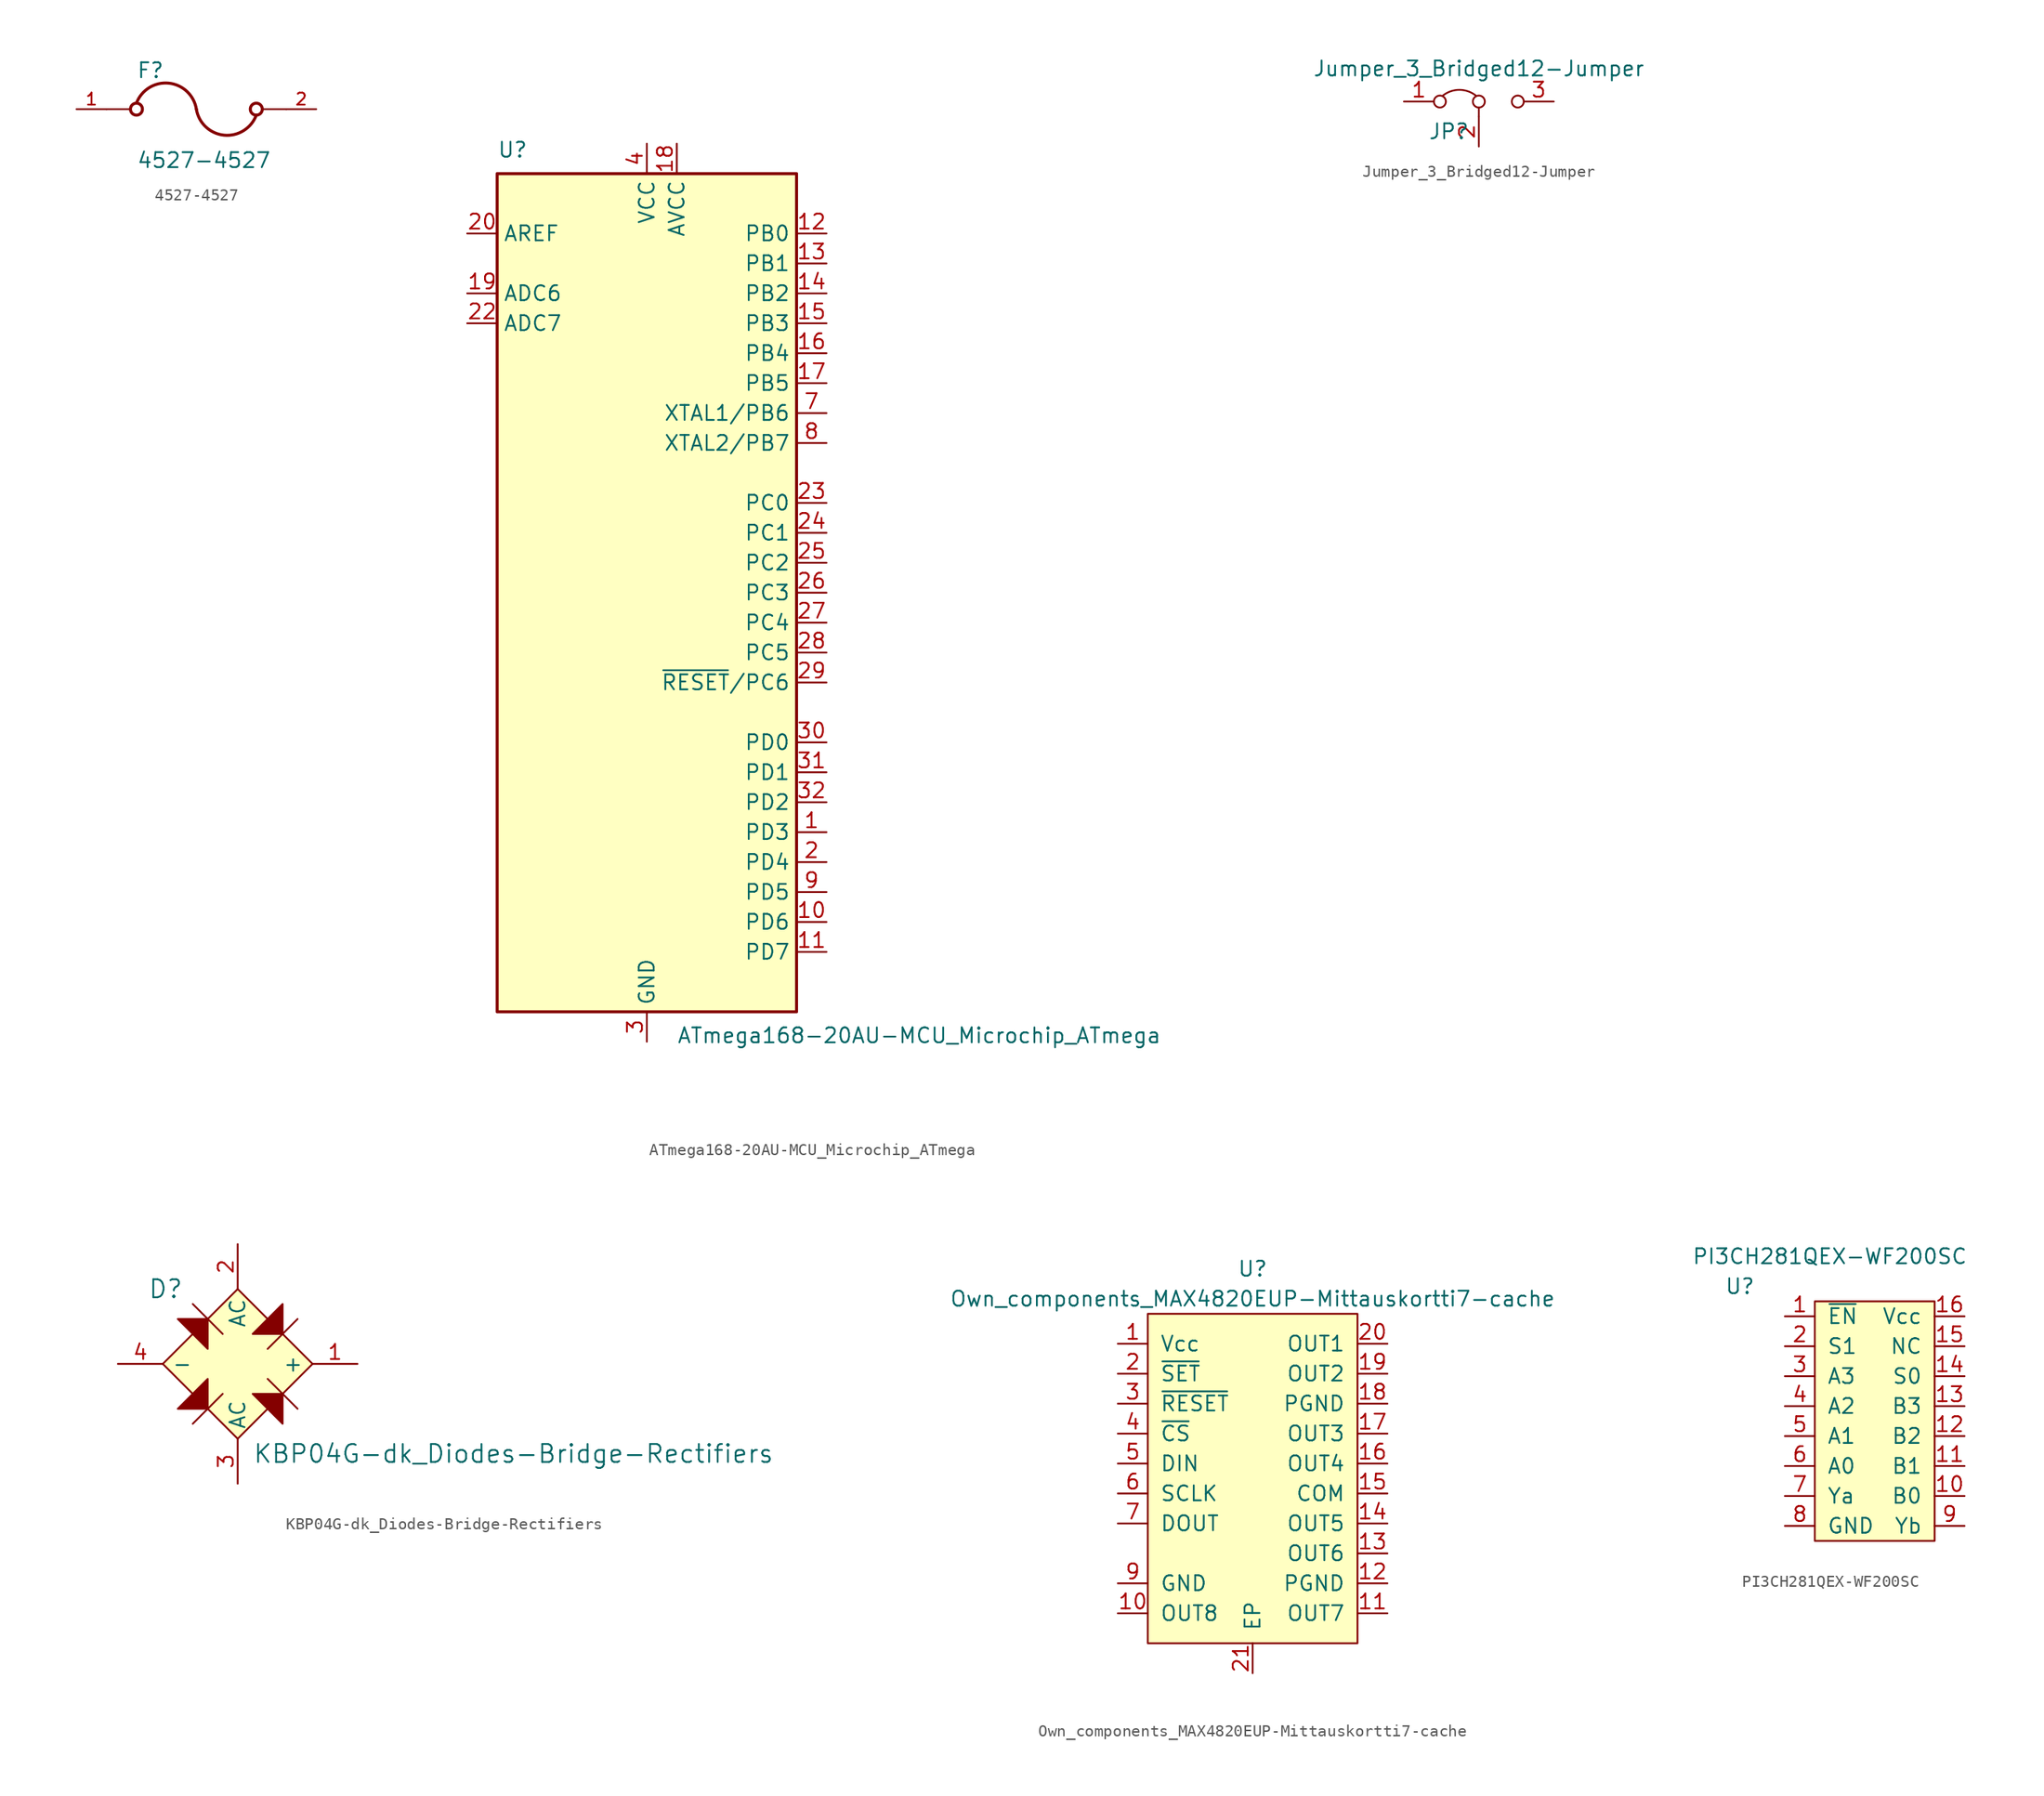
<source format=kicad_sym>
(kicad_symbol_lib
  (version 20220914)
  (generator kicad_symbol_editor)
  (symbol "4527-4527"
    (pin_names
      (offset 1.016) hide)
    (property "Reference" "F"
      (at -5.08 2.54 0)
      (effects (font (size 1.27 1.27)) (justify left bottom)))
    (property "Value" "4527-4527"
      (at -5.08 -5.08 0)
      (effects (font (size 1.27 1.27)) (justify left bottom)))
    (property "ki_locked" ""
      (at 0 0 0)
      (effects (font (size 1.27 1.27))))
    (symbol "4527-4527_0_0"
      (circle (center -5.08 0) (radius 0.508) (stroke (width 0.254) (type solid)) (fill (type none)))
      (arc (start 0 0) (mid -2.3504 2.2064) (end -5.08 0.508) (stroke (width 0.254) (type solid)) (fill (type none)))
      (polyline (pts (xy -7.62 0) (xy -5.588 0)) (stroke (width 0.152) (type solid)) (fill (type none)))
      (polyline (pts (xy 5.588 0) (xy 7.62 0)) (stroke (width 0.152) (type solid)) (fill (type none)))
      (arc (start 0 0) (mid 2.3504 -2.2064) (end 5.08 -0.508) (stroke (width 0.254) (type solid)) (fill (type none)))
      (circle (center 5.08 0) (radius 0.508) (stroke (width 0.254) (type solid)) (fill (type none)))
      (pin passive line (at -10.16 0 0) (length 2.54) (name "~" (effects (font (size 1.016 1.016)))) (number "1" (effects (font (size 1.016 1.016)))))
      (pin passive line (at 10.16 0 180) (length 2.54) (name "~" (effects (font (size 1.016 1.016)))) (number "2" (effects (font (size 1.016 1.016)))))))
  (symbol "ATmega168-20AU-MCU_Microchip_ATmega"
    (property "Reference" "U"
      (at -12.7 36.83 0)
      (effects (font (size 1.27 1.27)) (justify left bottom)))
    (property "Value" "ATmega168-20AU-MCU_Microchip_ATmega"
      (at 2.54 -36.83 0)
      (effects (font (size 1.27 1.27)) (justify left top)))
    (symbol "ATmega168-20AU-MCU_Microchip_ATmega_0_1"
      (rectangle (start -12.7 -35.56) (end 12.7 35.56) (stroke (width 0.254) (type solid)) (fill (type background))))
    (symbol "ATmega168-20AU-MCU_Microchip_ATmega_1_1"
      (pin bidirectional line (at 15.24 -20.32 180) (length 2.54) (name "PD3" (effects (font (size 1.27 1.27)))) (number "1" (effects (font (size 1.27 1.27)))))
      (pin bidirectional line (at 15.24 -27.94 180) (length 2.54) (name "PD6" (effects (font (size 1.27 1.27)))) (number "10" (effects (font (size 1.27 1.27)))))
      (pin bidirectional line (at 15.24 -30.48 180) (length 2.54) (name "PD7" (effects (font (size 1.27 1.27)))) (number "11" (effects (font (size 1.27 1.27)))))
      (pin bidirectional line (at 15.24 30.48 180) (length 2.54) (name "PB0" (effects (font (size 1.27 1.27)))) (number "12" (effects (font (size 1.27 1.27)))))
      (pin bidirectional line (at 15.24 27.94 180) (length 2.54) (name "PB1" (effects (font (size 1.27 1.27)))) (number "13" (effects (font (size 1.27 1.27)))))
      (pin bidirectional line (at 15.24 25.4 180) (length 2.54) (name "PB2" (effects (font (size 1.27 1.27)))) (number "14" (effects (font (size 1.27 1.27)))))
      (pin bidirectional line (at 15.24 22.86 180) (length 2.54) (name "PB3" (effects (font (size 1.27 1.27)))) (number "15" (effects (font (size 1.27 1.27)))))
      (pin bidirectional line (at 15.24 20.32 180) (length 2.54) (name "PB4" (effects (font (size 1.27 1.27)))) (number "16" (effects (font (size 1.27 1.27)))))
      (pin bidirectional line (at 15.24 17.78 180) (length 2.54) (name "PB5" (effects (font (size 1.27 1.27)))) (number "17" (effects (font (size 1.27 1.27)))))
      (pin power_in line (at 2.54 38.1 270) (length 2.54) (name "AVCC" (effects (font (size 1.27 1.27)))) (number "18" (effects (font (size 1.27 1.27)))))
      (pin input line (at -15.24 25.4 0) (length 2.54) (name "ADC6" (effects (font (size 1.27 1.27)))) (number "19" (effects (font (size 1.27 1.27)))))
      (pin bidirectional line (at 15.24 -22.86 180) (length 2.54) (name "PD4" (effects (font (size 1.27 1.27)))) (number "2" (effects (font (size 1.27 1.27)))))
      (pin passive line (at -15.24 30.48 0) (length 2.54) (name "AREF" (effects (font (size 1.27 1.27)))) (number "20" (effects (font (size 1.27 1.27)))))
      (pin passive line (at 0 -38.1 90) (length 2.54) hide (name "GND" (effects (font (size 1.27 1.27)))) (number "21" (effects (font (size 1.27 1.27)))))
      (pin input line (at -15.24 22.86 0) (length 2.54) (name "ADC7" (effects (font (size 1.27 1.27)))) (number "22" (effects (font (size 1.27 1.27)))))
      (pin bidirectional line (at 15.24 7.62 180) (length 2.54) (name "PC0" (effects (font (size 1.27 1.27)))) (number "23" (effects (font (size 1.27 1.27)))))
      (pin bidirectional line (at 15.24 5.08 180) (length 2.54) (name "PC1" (effects (font (size 1.27 1.27)))) (number "24" (effects (font (size 1.27 1.27)))))
      (pin bidirectional line (at 15.24 2.54 180) (length 2.54) (name "PC2" (effects (font (size 1.27 1.27)))) (number "25" (effects (font (size 1.27 1.27)))))
      (pin bidirectional line (at 15.24 0 180) (length 2.54) (name "PC3" (effects (font (size 1.27 1.27)))) (number "26" (effects (font (size 1.27 1.27)))))
      (pin bidirectional line (at 15.24 -2.54 180) (length 2.54) (name "PC4" (effects (font (size 1.27 1.27)))) (number "27" (effects (font (size 1.27 1.27)))))
      (pin bidirectional line (at 15.24 -5.08 180) (length 2.54) (name "PC5" (effects (font (size 1.27 1.27)))) (number "28" (effects (font (size 1.27 1.27)))))
      (pin bidirectional line (at 15.24 -7.62 180) (length 2.54) (name "~{RESET}/PC6" (effects (font (size 1.27 1.27)))) (number "29" (effects (font (size 1.27 1.27)))))
      (pin power_in line (at 0 -38.1 90) (length 2.54) (name "GND" (effects (font (size 1.27 1.27)))) (number "3" (effects (font (size 1.27 1.27)))))
      (pin bidirectional line (at 15.24 -12.7 180) (length 2.54) (name "PD0" (effects (font (size 1.27 1.27)))) (number "30" (effects (font (size 1.27 1.27)))))
      (pin bidirectional line (at 15.24 -15.24 180) (length 2.54) (name "PD1" (effects (font (size 1.27 1.27)))) (number "31" (effects (font (size 1.27 1.27)))))
      (pin bidirectional line (at 15.24 -17.78 180) (length 2.54) (name "PD2" (effects (font (size 1.27 1.27)))) (number "32" (effects (font (size 1.27 1.27)))))
      (pin power_in line (at 0 38.1 270) (length 2.54) (name "VCC" (effects (font (size 1.27 1.27)))) (number "4" (effects (font (size 1.27 1.27)))))
      (pin passive line (at 0 -38.1 90) (length 2.54) hide (name "GND" (effects (font (size 1.27 1.27)))) (number "5" (effects (font (size 1.27 1.27)))))
      (pin passive line (at 0 38.1 270) (length 2.54) hide (name "VCC" (effects (font (size 1.27 1.27)))) (number "6" (effects (font (size 1.27 1.27)))))
      (pin bidirectional line (at 15.24 15.24 180) (length 2.54) (name "XTAL1/PB6" (effects (font (size 1.27 1.27)))) (number "7" (effects (font (size 1.27 1.27)))))
      (pin bidirectional line (at 15.24 12.7 180) (length 2.54) (name "XTAL2/PB7" (effects (font (size 1.27 1.27)))) (number "8" (effects (font (size 1.27 1.27)))))
      (pin bidirectional line (at 15.24 -25.4 180) (length 2.54) (name "PD5" (effects (font (size 1.27 1.27)))) (number "9" (effects (font (size 1.27 1.27)))))))
  (symbol "Jumper_3_Bridged12-Jumper"
    (pin_names
      (offset 0) hide)
    (property "Reference" "JP"
      (at -2.54 -2.54 0)
      (effects (font (size 1.27 1.27))))
    (property "Value" "Jumper_3_Bridged12-Jumper"
      (at 0 2.794 0)
      (effects (font (size 1.27 1.27))))
    (symbol "Jumper_3_Bridged12-Jumper_0_0"
      (circle (center -3.302 0) (radius 0.508) (stroke (width 0) (type solid)) (fill (type none)))
      (circle (center 0 0) (radius 0.508) (stroke (width 0) (type solid)) (fill (type none)))
      (circle (center 3.302 0) (radius 0.508) (stroke (width 0) (type solid)) (fill (type none))))
    (symbol "Jumper_3_Bridged12-Jumper_0_1"
      (arc (start -0.254 0.508) (mid -1.651 0.9912) (end -3.048 0.508) (stroke (width 0) (type solid)) (fill (type none)))
      (polyline (pts (xy 0 -1.27) (xy 0 -0.508)) (stroke (width 0) (type solid)) (fill (type none))))
    (symbol "Jumper_3_Bridged12-Jumper_1_1"
      (pin passive line (at -6.35 0 0) (length 2.54) (name "A" (effects (font (size 1.27 1.27)))) (number "1" (effects (font (size 1.27 1.27)))))
      (pin input line (at 0 -3.81 90) (length 2.54) (name "C" (effects (font (size 1.27 1.27)))) (number "2" (effects (font (size 1.27 1.27)))))
      (pin passive line (at 6.35 0 180) (length 2.54) (name "B" (effects (font (size 1.27 1.27)))) (number "3" (effects (font (size 1.27 1.27)))))))
  (symbol "KBP04G-dk_Diodes-Bridge-Rectifiers"
    (pin_names
      (offset 0.762))
    (property "Reference" "D"
      (at -7.62 6.35 0)
      (effects (font (size 1.524 1.524)) (justify left)))
    (property "Value" "KBP04G-dk_Diodes-Bridge-Rectifiers"
      (at 1.27 -7.62 0)
      (effects (font (size 1.524 1.524)) (justify left)))
    (symbol "KBP04G-dk_Diodes-Bridge-Rectifiers_0_1"
      (polyline (pts (xy -3.81 5.08) (xy -1.27 2.54)) (stroke (width 0) (type solid)) (fill (type none)))
      (polyline (pts (xy -1.27 -2.54) (xy -3.81 -5.08)) (stroke (width 0) (type solid)) (fill (type none)))
      (polyline (pts (xy 2.54 -1.27) (xy 5.08 -3.81)) (stroke (width 0) (type solid)) (fill (type none)))
      (polyline (pts (xy 5.08 3.81) (xy 2.54 1.27)) (stroke (width 0) (type solid)) (fill (type none)))
      (polyline (pts (xy -5.08 -3.81) (xy -2.54 -1.27) (xy -2.54 -3.81) (xy -5.08 -3.81)) (stroke (width 0) (type solid)) (fill (type outline)))
      (polyline (pts (xy -5.08 3.81) (xy -2.54 1.27) (xy -2.54 3.81) (xy -5.08 3.81)) (stroke (width 0) (type solid)) (fill (type outline)))
      (polyline (pts (xy 1.27 -2.54) (xy 3.81 -5.08) (xy 3.81 -2.54) (xy 1.27 -2.54)) (stroke (width 0) (type solid)) (fill (type outline)))
      (polyline (pts (xy 1.27 2.54) (xy 3.81 5.08) (xy 3.81 2.54) (xy 1.27 2.54)) (stroke (width 0) (type solid)) (fill (type outline)))
      (polyline (pts (xy 0 -6.35) (xy -6.35 0) (xy 0 6.35) (xy 6.35 0) (xy 0 -6.35)) (stroke (width 0) (type solid)) (fill (type background))))
    (symbol "KBP04G-dk_Diodes-Bridge-Rectifiers_1_1"
      (pin power_out line (at 10.16 0 180) (length 3.81) (name "+" (effects (font (size 1.27 1.27)))) (number "1" (effects (font (size 1.27 1.27)))))
      (pin power_in line (at 0 10.16 270) (length 3.81) (name "AC" (effects (font (size 1.27 1.27)))) (number "2" (effects (font (size 1.27 1.27)))))
      (pin power_in line (at 0 -10.16 90) (length 3.81) (name "AC" (effects (font (size 1.27 1.27)))) (number "3" (effects (font (size 1.27 1.27)))))
      (pin power_out line (at -10.16 0 0) (length 3.81) (name "-" (effects (font (size 1.27 1.27)))) (number "4" (effects (font (size 1.27 1.27)))))))
  (symbol "Own_components_MAX4820EUP-Mittauskortti7-cache"
    (pin_names
      (offset 1.016))
    (property "Reference" "U"
      (at 0 2.54 0)
      (effects (font (size 1.27 1.27))))
    (property "Value" "Own_components_MAX4820EUP-Mittauskortti7-cache"
      (at 0 0 0)
      (effects (font (size 1.27 1.27))))
    (symbol "Own_components_MAX4820EUP-Mittauskortti7-cache_0_1"
      (rectangle (start -8.89 -1.27) (end 8.89 -29.21) (stroke (width 0) (type solid)) (fill (type background))))
    (symbol "Own_components_MAX4820EUP-Mittauskortti7-cache_1_1"
      (pin power_in line (at -11.43 -3.81 0) (length 2.54) (name "Vcc" (effects (font (size 1.27 1.27)))) (number "1" (effects (font (size 1.27 1.27)))))
      (pin power_out line (at -11.43 -26.67 0) (length 2.54) (name "OUT8" (effects (font (size 1.27 1.27)))) (number "10" (effects (font (size 1.27 1.27)))))
      (pin power_out line (at 11.43 -26.67 180) (length 2.54) (name "OUT7" (effects (font (size 1.27 1.27)))) (number "11" (effects (font (size 1.27 1.27)))))
      (pin power_in line (at 11.43 -24.13 180) (length 2.54) (name "PGND" (effects (font (size 1.27 1.27)))) (number "12" (effects (font (size 1.27 1.27)))))
      (pin power_out line (at 11.43 -21.59 180) (length 2.54) (name "OUT6" (effects (font (size 1.27 1.27)))) (number "13" (effects (font (size 1.27 1.27)))))
      (pin power_out line (at 11.43 -19.05 180) (length 2.54) (name "OUT5" (effects (font (size 1.27 1.27)))) (number "14" (effects (font (size 1.27 1.27)))))
      (pin power_in line (at 11.43 -16.51 180) (length 2.54) (name "COM" (effects (font (size 1.27 1.27)))) (number "15" (effects (font (size 1.27 1.27)))))
      (pin power_out line (at 11.43 -13.97 180) (length 2.54) (name "OUT4" (effects (font (size 1.27 1.27)))) (number "16" (effects (font (size 1.27 1.27)))))
      (pin power_out line (at 11.43 -11.43 180) (length 2.54) (name "OUT3" (effects (font (size 1.27 1.27)))) (number "17" (effects (font (size 1.27 1.27)))))
      (pin power_in line (at 11.43 -8.89 180) (length 2.54) (name "PGND" (effects (font (size 1.27 1.27)))) (number "18" (effects (font (size 1.27 1.27)))))
      (pin power_out line (at 11.43 -6.35 180) (length 2.54) (name "OUT2" (effects (font (size 1.27 1.27)))) (number "19" (effects (font (size 1.27 1.27)))))
      (pin input line (at -11.43 -6.35 0) (length 2.54) (name "~{SET}" (effects (font (size 1.27 1.27)))) (number "2" (effects (font (size 1.27 1.27)))))
      (pin power_out line (at 11.43 -3.81 180) (length 2.54) (name "OUT1" (effects (font (size 1.27 1.27)))) (number "20" (effects (font (size 1.27 1.27)))))
      (pin power_in line (at 0 -31.75 90) (length 2.54) (name "EP" (effects (font (size 1.27 1.27)))) (number "21" (effects (font (size 1.27 1.27)))))
      (pin input line (at -11.43 -8.89 0) (length 2.54) (name "~{RESET}" (effects (font (size 1.27 1.27)))) (number "3" (effects (font (size 1.27 1.27)))))
      (pin input line (at -11.43 -11.43 0) (length 2.54) (name "~{CS}" (effects (font (size 1.27 1.27)))) (number "4" (effects (font (size 1.27 1.27)))))
      (pin input line (at -11.43 -13.97 0) (length 2.54) (name "DIN" (effects (font (size 1.27 1.27)))) (number "5" (effects (font (size 1.27 1.27)))))
      (pin input line (at -11.43 -16.51 0) (length 2.54) (name "SCLK" (effects (font (size 1.27 1.27)))) (number "6" (effects (font (size 1.27 1.27)))))
      (pin output line (at -11.43 -19.05 0) (length 2.54) (name "DOUT" (effects (font (size 1.27 1.27)))) (number "7" (effects (font (size 1.27 1.27)))))
      (pin no_connect line (at -11.43 -21.59 0) (length 2.54) hide (name "N.C." (effects (font (size 1.27 1.27)))) (number "8" (effects (font (size 1.27 1.27)))))
      (pin power_in line (at -11.43 -24.13 0) (length 2.54) (name "GND" (effects (font (size 1.27 1.27)))) (number "9" (effects (font (size 1.27 1.27)))))))
  (symbol "PI3CH281QEX-WF200SC"
    (pin_names
      (offset 1.016))
    (property "Reference" "U"
      (at 0 0 0)
      (effects (font (size 1.27 1.27))))
    (property "Value" "PI3CH281QEX-WF200SC"
      (at 7.62 2.54 0)
      (effects (font (size 1.27 1.27))))
    (symbol "PI3CH281QEX-WF200SC_0_1"
      (rectangle (start 6.35 -1.27) (end 16.51 -21.59) (stroke (width 0) (type solid)) (fill (type background))))
    (symbol "PI3CH281QEX-WF200SC_1_1"
      (pin input line (at 3.81 -2.54 0) (length 2.54) (name "~{EN}" (effects (font (size 1.27 1.27)))) (number "1" (effects (font (size 1.27 1.27)))))
      (pin input line (at 19.05 -17.78 180) (length 2.54) (name "B0" (effects (font (size 1.27 1.27)))) (number "10" (effects (font (size 1.27 1.27)))))
      (pin input line (at 19.05 -15.24 180) (length 2.54) (name "B1" (effects (font (size 1.27 1.27)))) (number "11" (effects (font (size 1.27 1.27)))))
      (pin input line (at 19.05 -12.7 180) (length 2.54) (name "B2" (effects (font (size 1.27 1.27)))) (number "12" (effects (font (size 1.27 1.27)))))
      (pin input line (at 19.05 -10.16 180) (length 2.54) (name "B3" (effects (font (size 1.27 1.27)))) (number "13" (effects (font (size 1.27 1.27)))))
      (pin input line (at 19.05 -7.62 180) (length 2.54) (name "S0" (effects (font (size 1.27 1.27)))) (number "14" (effects (font (size 1.27 1.27)))))
      (pin input line (at 19.05 -5.08 180) (length 2.54) (name "NC" (effects (font (size 1.27 1.27)))) (number "15" (effects (font (size 1.27 1.27)))))
      (pin power_in line (at 19.05 -2.54 180) (length 2.54) (name "Vcc" (effects (font (size 1.27 1.27)))) (number "16" (effects (font (size 1.27 1.27)))))
      (pin input line (at 3.81 -5.08 0) (length 2.54) (name "S1" (effects (font (size 1.27 1.27)))) (number "2" (effects (font (size 1.27 1.27)))))
      (pin input line (at 3.81 -7.62 0) (length 2.54) (name "A3" (effects (font (size 1.27 1.27)))) (number "3" (effects (font (size 1.27 1.27)))))
      (pin input line (at 3.81 -10.16 0) (length 2.54) (name "A2" (effects (font (size 1.27 1.27)))) (number "4" (effects (font (size 1.27 1.27)))))
      (pin input line (at 3.81 -12.7 0) (length 2.54) (name "A1" (effects (font (size 1.27 1.27)))) (number "5" (effects (font (size 1.27 1.27)))))
      (pin input line (at 3.81 -15.24 0) (length 2.54) (name "A0" (effects (font (size 1.27 1.27)))) (number "6" (effects (font (size 1.27 1.27)))))
      (pin tri_state line (at 3.81 -17.78 0) (length 2.54) (name "Ya" (effects (font (size 1.27 1.27)))) (number "7" (effects (font (size 1.27 1.27)))))
      (pin power_in line (at 3.81 -20.32 0) (length 2.54) (name "GND" (effects (font (size 1.27 1.27)))) (number "8" (effects (font (size 1.27 1.27)))))
      (pin tri_state line (at 19.05 -20.32 180) (length 2.54) (name "Yb" (effects (font (size 1.27 1.27)))) (number "9" (effects (font (size 1.27 1.27))))))))
</source>
